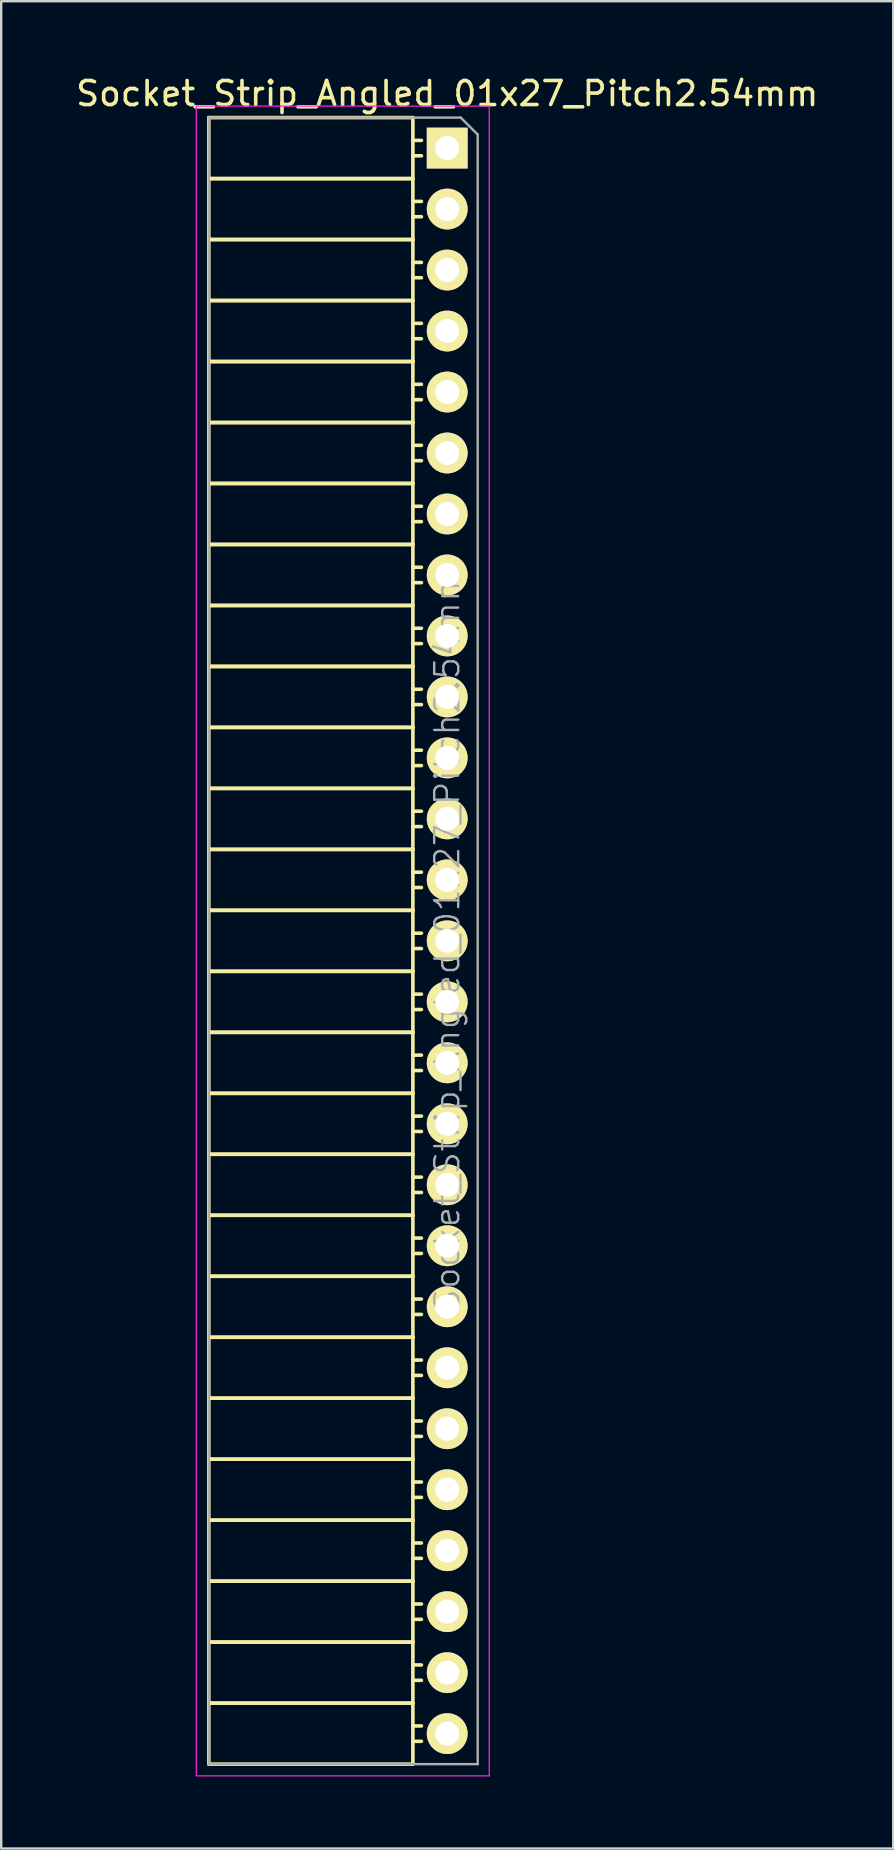
<source format=kicad_pcb>
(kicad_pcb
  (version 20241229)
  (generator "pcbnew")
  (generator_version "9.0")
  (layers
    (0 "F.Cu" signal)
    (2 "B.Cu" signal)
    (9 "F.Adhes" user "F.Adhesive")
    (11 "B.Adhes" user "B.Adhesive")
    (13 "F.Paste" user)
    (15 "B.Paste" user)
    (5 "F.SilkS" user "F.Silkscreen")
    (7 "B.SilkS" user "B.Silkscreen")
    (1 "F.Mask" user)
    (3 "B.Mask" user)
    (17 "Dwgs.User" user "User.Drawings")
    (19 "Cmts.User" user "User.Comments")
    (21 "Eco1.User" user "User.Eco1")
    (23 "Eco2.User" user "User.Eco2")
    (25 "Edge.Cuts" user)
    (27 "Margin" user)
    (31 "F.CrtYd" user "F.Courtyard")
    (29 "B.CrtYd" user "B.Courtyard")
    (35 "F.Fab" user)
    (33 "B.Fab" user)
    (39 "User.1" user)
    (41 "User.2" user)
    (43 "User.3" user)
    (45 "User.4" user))
  (footprint "Socket_Strip_Angled_01x27_Pitch2.54mm"
    (layer "F.Cu")
    (at 15.577 3.118)
    (property "Reference" "Socket_Strip_Angled_01x27_Pitch2.54mm" (at 0 -2.27 0) (layer "F.SilkS") (effects (font (size 1 1) (thickness 0.15))))
    (attr smd)
    (fp_line (start -9.93 -1.27) (end -9.93 1.27) (stroke (width 0.15) (type solid)) (layer "F.SilkS"))
    (fp_line (start -9.93 -1.27) (end -1.43 -1.27) (stroke (width 0.15) (type solid)) (layer "F.SilkS"))
    (fp_line (start -9.93 1.27) (end -9.93 3.81) (stroke (width 0.15) (type solid)) (layer "F.SilkS"))
    (fp_line (start -9.93 1.27) (end -1.43 1.27) (stroke (width 0.15) (type solid)) (layer "F.SilkS"))
    (fp_line (start -9.93 1.27) (end -1.43 1.27) (stroke (width 0.15) (type solid)) (layer "F.SilkS"))
    (fp_line (start -9.93 3.81) (end -9.93 6.35) (stroke (width 0.15) (type solid)) (layer "F.SilkS"))
    (fp_line (start -9.93 3.81) (end -1.43 3.81) (stroke (width 0.15) (type solid)) (layer "F.SilkS"))
    (fp_line (start -9.93 3.81) (end -1.43 3.81) (stroke (width 0.15) (type solid)) (layer "F.SilkS"))
    (fp_line (start -9.93 6.35) (end -9.93 8.89) (stroke (width 0.15) (type solid)) (layer "F.SilkS"))
    (fp_line (start -9.93 6.35) (end -1.43 6.35) (stroke (width 0.15) (type solid)) (layer "F.SilkS"))
    (fp_line (start -9.93 6.35) (end -1.43 6.35) (stroke (width 0.15) (type solid)) (layer "F.SilkS"))
    (fp_line (start -9.93 8.89) (end -9.93 11.43) (stroke (width 0.15) (type solid)) (layer "F.SilkS"))
    (fp_line (start -9.93 8.89) (end -1.43 8.89) (stroke (width 0.15) (type solid)) (layer "F.SilkS"))
    (fp_line (start -9.93 8.89) (end -1.43 8.89) (stroke (width 0.15) (type solid)) (layer "F.SilkS"))
    (fp_line (start -9.93 11.43) (end -9.93 13.97) (stroke (width 0.15) (type solid)) (layer "F.SilkS"))
    (fp_line (start -9.93 11.43) (end -1.43 11.43) (stroke (width 0.15) (type solid)) (layer "F.SilkS"))
    (fp_line (start -9.93 11.43) (end -1.43 11.43) (stroke (width 0.15) (type solid)) (layer "F.SilkS"))
    (fp_line (start -9.93 13.97) (end -9.93 16.51) (stroke (width 0.15) (type solid)) (layer "F.SilkS"))
    (fp_line (start -9.93 13.97) (end -1.43 13.97) (stroke (width 0.15) (type solid)) (layer "F.SilkS"))
    (fp_line (start -9.93 13.97) (end -1.43 13.97) (stroke (width 0.15) (type solid)) (layer "F.SilkS"))
    (fp_line (start -9.93 16.51) (end -9.93 19.05) (stroke (width 0.15) (type solid)) (layer "F.SilkS"))
    (fp_line (start -9.93 16.51) (end -1.43 16.51) (stroke (width 0.15) (type solid)) (layer "F.SilkS"))
    (fp_line (start -9.93 16.51) (end -1.43 16.51) (stroke (width 0.15) (type solid)) (layer "F.SilkS"))
    (fp_line (start -9.93 19.05) (end -9.93 21.59) (stroke (width 0.15) (type solid)) (layer "F.SilkS"))
    (fp_line (start -9.93 19.05) (end -1.43 19.05) (stroke (width 0.15) (type solid)) (layer "F.SilkS"))
    (fp_line (start -9.93 19.05) (end -1.43 19.05) (stroke (width 0.15) (type solid)) (layer "F.SilkS"))
    (fp_line (start -9.93 21.59) (end -9.93 24.13) (stroke (width 0.15) (type solid)) (layer "F.SilkS"))
    (fp_line (start -9.93 21.59) (end -1.43 21.59) (stroke (width 0.15) (type solid)) (layer "F.SilkS"))
    (fp_line (start -9.93 21.59) (end -1.43 21.59) (stroke (width 0.15) (type solid)) (layer "F.SilkS"))
    (fp_line (start -9.93 24.13) (end -9.93 26.67) (stroke (width 0.15) (type solid)) (layer "F.SilkS"))
    (fp_line (start -9.93 24.13) (end -1.43 24.13) (stroke (width 0.15) (type solid)) (layer "F.SilkS"))
    (fp_line (start -9.93 24.13) (end -1.43 24.13) (stroke (width 0.15) (type solid)) (layer "F.SilkS"))
    (fp_line (start -9.93 26.67) (end -9.93 29.21) (stroke (width 0.15) (type solid)) (layer "F.SilkS"))
    (fp_line (start -9.93 26.67) (end -1.43 26.67) (stroke (width 0.15) (type solid)) (layer "F.SilkS"))
    (fp_line (start -9.93 26.67) (end -1.43 26.67) (stroke (width 0.15) (type solid)) (layer "F.SilkS"))
    (fp_line (start -9.93 29.21) (end -9.93 31.75) (stroke (width 0.15) (type solid)) (layer "F.SilkS"))
    (fp_line (start -9.93 29.21) (end -1.43 29.21) (stroke (width 0.15) (type solid)) (layer "F.SilkS"))
    (fp_line (start -9.93 29.21) (end -1.43 29.21) (stroke (width 0.15) (type solid)) (layer "F.SilkS"))
    (fp_line (start -9.93 31.75) (end -9.93 34.29) (stroke (width 0.15) (type solid)) (layer "F.SilkS"))
    (fp_line (start -9.93 31.75) (end -1.43 31.75) (stroke (width 0.15) (type solid)) (layer "F.SilkS"))
    (fp_line (start -9.93 31.75) (end -1.43 31.75) (stroke (width 0.15) (type solid)) (layer "F.SilkS"))
    (fp_line (start -9.93 34.29) (end -9.93 36.83) (stroke (width 0.15) (type solid)) (layer "F.SilkS"))
    (fp_line (start -9.93 34.29) (end -1.43 34.29) (stroke (width 0.15) (type solid)) (layer "F.SilkS"))
    (fp_line (start -9.93 34.29) (end -1.43 34.29) (stroke (width 0.15) (type solid)) (layer "F.SilkS"))
    (fp_line (start -9.93 36.83) (end -9.93 39.37) (stroke (width 0.15) (type solid)) (layer "F.SilkS"))
    (fp_line (start -9.93 36.83) (end -1.43 36.83) (stroke (width 0.15) (type solid)) (layer "F.SilkS"))
    (fp_line (start -9.93 36.83) (end -1.43 36.83) (stroke (width 0.15) (type solid)) (layer "F.SilkS"))
    (fp_line (start -9.93 39.37) (end -9.93 41.91) (stroke (width 0.15) (type solid)) (layer "F.SilkS"))
    (fp_line (start -9.93 39.37) (end -1.43 39.37) (stroke (width 0.15) (type solid)) (layer "F.SilkS"))
    (fp_line (start -9.93 39.37) (end -1.43 39.37) (stroke (width 0.15) (type solid)) (layer "F.SilkS"))
    (fp_line (start -9.93 41.91) (end -9.93 44.45) (stroke (width 0.15) (type solid)) (layer "F.SilkS"))
    (fp_line (start -9.93 41.91) (end -1.43 41.91) (stroke (width 0.15) (type solid)) (layer "F.SilkS"))
    (fp_line (start -9.93 41.91) (end -1.43 41.91) (stroke (width 0.15) (type solid)) (layer "F.SilkS"))
    (fp_line (start -9.93 44.45) (end -9.93 46.99) (stroke (width 0.15) (type solid)) (layer "F.SilkS"))
    (fp_line (start -9.93 44.45) (end -1.43 44.45) (stroke (width 0.15) (type solid)) (layer "F.SilkS"))
    (fp_line (start -9.93 44.45) (end -1.43 44.45) (stroke (width 0.15) (type solid)) (layer "F.SilkS"))
    (fp_line (start -9.93 46.99) (end -9.93 49.53) (stroke (width 0.15) (type solid)) (layer "F.SilkS"))
    (fp_line (start -9.93 46.99) (end -1.43 46.99) (stroke (width 0.15) (type solid)) (layer "F.SilkS"))
    (fp_line (start -9.93 46.99) (end -1.43 46.99) (stroke (width 0.15) (type solid)) (layer "F.SilkS"))
    (fp_line (start -9.93 49.53) (end -9.93 52.07) (stroke (width 0.15) (type solid)) (layer "F.SilkS"))
    (fp_line (start -9.93 49.53) (end -1.43 49.53) (stroke (width 0.15) (type solid)) (layer "F.SilkS"))
    (fp_line (start -9.93 49.53) (end -1.43 49.53) (stroke (width 0.15) (type solid)) (layer "F.SilkS"))
    (fp_line (start -9.93 52.07) (end -9.93 54.61) (stroke (width 0.15) (type solid)) (layer "F.SilkS"))
    (fp_line (start -9.93 52.07) (end -1.43 52.07) (stroke (width 0.15) (type solid)) (layer "F.SilkS"))
    (fp_line (start -9.93 52.07) (end -1.43 52.07) (stroke (width 0.15) (type solid)) (layer "F.SilkS"))
    (fp_line (start -9.93 54.61) (end -9.93 57.15) (stroke (width 0.15) (type solid)) (layer "F.SilkS"))
    (fp_line (start -9.93 54.61) (end -1.43 54.61) (stroke (width 0.15) (type solid)) (layer "F.SilkS"))
    (fp_line (start -9.93 54.61) (end -1.43 54.61) (stroke (width 0.15) (type solid)) (layer "F.SilkS"))
    (fp_line (start -9.93 57.15) (end -9.93 59.69) (stroke (width 0.15) (type solid)) (layer "F.SilkS"))
    (fp_line (start -9.93 57.15) (end -1.43 57.15) (stroke (width 0.15) (type solid)) (layer "F.SilkS"))
    (fp_line (start -9.93 57.15) (end -1.43 57.15) (stroke (width 0.15) (type solid)) (layer "F.SilkS"))
    (fp_line (start -9.93 59.69) (end -9.93 62.23) (stroke (width 0.15) (type solid)) (layer "F.SilkS"))
    (fp_line (start -9.93 59.69) (end -1.43 59.69) (stroke (width 0.15) (type solid)) (layer "F.SilkS"))
    (fp_line (start -9.93 59.69) (end -1.43 59.69) (stroke (width 0.15) (type solid)) (layer "F.SilkS"))
    (fp_line (start -9.93 62.23) (end -9.93 64.77) (stroke (width 0.15) (type solid)) (layer "F.SilkS"))
    (fp_line (start -9.93 62.23) (end -1.43 62.23) (stroke (width 0.15) (type solid)) (layer "F.SilkS"))
    (fp_line (start -9.93 62.23) (end -1.43 62.23) (stroke (width 0.15) (type solid)) (layer "F.SilkS"))
    (fp_line (start -9.93 64.77) (end -9.93 67.31) (stroke (width 0.15) (type solid)) (layer "F.SilkS"))
    (fp_line (start -9.93 64.77) (end -1.43 64.77) (stroke (width 0.15) (type solid)) (layer "F.SilkS"))
    (fp_line (start -9.93 64.77) (end -1.43 64.77) (stroke (width 0.15) (type solid)) (layer "F.SilkS"))
    (fp_line (start -9.93 67.31) (end -1.43 67.31) (stroke (width 0.15) (type solid)) (layer "F.SilkS"))
    (fp_line (start -1.43 -1.27) (end -1.43 1.27) (stroke (width 0.15) (type solid)) (layer "F.SilkS"))
    (fp_line (start -1.43 -0.32) (end -1.075 -0.32) (stroke (width 0.15) (type solid)) (layer "F.SilkS"))
    (fp_line (start -1.43 0.32) (end -1.075 0.32) (stroke (width 0.15) (type solid)) (layer "F.SilkS"))
    (fp_line (start -1.43 1.27) (end -1.43 3.81) (stroke (width 0.15) (type solid)) (layer "F.SilkS"))
    (fp_line (start -1.43 2.22) (end -1.075 2.22) (stroke (width 0.15) (type solid)) (layer "F.SilkS"))
    (fp_line (start -1.43 2.86) (end -1.075 2.86) (stroke (width 0.15) (type solid)) (layer "F.SilkS"))
    (fp_line (start -1.43 3.81) (end -1.43 6.35) (stroke (width 0.15) (type solid)) (layer "F.SilkS"))
    (fp_line (start -1.43 4.76) (end -1.075 4.76) (stroke (width 0.15) (type solid)) (layer "F.SilkS"))
    (fp_line (start -1.43 5.4) (end -1.075 5.4) (stroke (width 0.15) (type solid)) (layer "F.SilkS"))
    (fp_line (start -1.43 6.35) (end -1.43 8.89) (stroke (width 0.15) (type solid)) (layer "F.SilkS"))
    (fp_line (start -1.43 7.3) (end -1.075 7.3) (stroke (width 0.15) (type solid)) (layer "F.SilkS"))
    (fp_line (start -1.43 7.94) (end -1.075 7.94) (stroke (width 0.15) (type solid)) (layer "F.SilkS"))
    (fp_line (start -1.43 8.89) (end -1.43 11.43) (stroke (width 0.15) (type solid)) (layer "F.SilkS"))
    (fp_line (start -1.43 9.84) (end -1.075 9.84) (stroke (width 0.15) (type solid)) (layer "F.SilkS"))
    (fp_line (start -1.43 10.48) (end -1.075 10.48) (stroke (width 0.15) (type solid)) (layer "F.SilkS"))
    (fp_line (start -1.43 11.43) (end -1.43 13.97) (stroke (width 0.15) (type solid)) (layer "F.SilkS"))
    (fp_line (start -1.43 12.38) (end -1.075 12.38) (stroke (width 0.15) (type solid)) (layer "F.SilkS"))
    (fp_line (start -1.43 13.02) (end -1.075 13.02) (stroke (width 0.15) (type solid)) (layer "F.SilkS"))
    (fp_line (start -1.43 13.97) (end -1.43 16.51) (stroke (width 0.15) (type solid)) (layer "F.SilkS"))
    (fp_line (start -1.43 14.92) (end -1.075 14.92) (stroke (width 0.15) (type solid)) (layer "F.SilkS"))
    (fp_line (start -1.43 15.56) (end -1.075 15.56) (stroke (width 0.15) (type solid)) (layer "F.SilkS"))
    (fp_line (start -1.43 16.51) (end -1.43 19.05) (stroke (width 0.15) (type solid)) (layer "F.SilkS"))
    (fp_line (start -1.43 17.46) (end -1.075 17.46) (stroke (width 0.15) (type solid)) (layer "F.SilkS"))
    (fp_line (start -1.43 18.1) (end -1.075 18.1) (stroke (width 0.15) (type solid)) (layer "F.SilkS"))
    (fp_line (start -1.43 19.05) (end -1.43 21.59) (stroke (width 0.15) (type solid)) (layer "F.SilkS"))
    (fp_line (start -1.43 20) (end -1.075 20) (stroke (width 0.15) (type solid)) (layer "F.SilkS"))
    (fp_line (start -1.43 20.64) (end -1.075 20.64) (stroke (width 0.15) (type solid)) (layer "F.SilkS"))
    (fp_line (start -1.43 21.59) (end -1.43 24.13) (stroke (width 0.15) (type solid)) (layer "F.SilkS"))
    (fp_line (start -1.43 22.54) (end -1.075 22.54) (stroke (width 0.15) (type solid)) (layer "F.SilkS"))
    (fp_line (start -1.43 23.18) (end -1.075 23.18) (stroke (width 0.15) (type solid)) (layer "F.SilkS"))
    (fp_line (start -1.43 24.13) (end -1.43 26.67) (stroke (width 0.15) (type solid)) (layer "F.SilkS"))
    (fp_line (start -1.43 25.08) (end -1.075 25.08) (stroke (width 0.15) (type solid)) (layer "F.SilkS"))
    (fp_line (start -1.43 25.72) (end -1.075 25.72) (stroke (width 0.15) (type solid)) (layer "F.SilkS"))
    (fp_line (start -1.43 26.67) (end -1.43 29.21) (stroke (width 0.15) (type solid)) (layer "F.SilkS"))
    (fp_line (start -1.43 27.62) (end -1.075 27.62) (stroke (width 0.15) (type solid)) (layer "F.SilkS"))
    (fp_line (start -1.43 28.26) (end -1.075 28.26) (stroke (width 0.15) (type solid)) (layer "F.SilkS"))
    (fp_line (start -1.43 29.21) (end -1.43 31.75) (stroke (width 0.15) (type solid)) (layer "F.SilkS"))
    (fp_line (start -1.43 30.16) (end -1.075 30.16) (stroke (width 0.15) (type solid)) (layer "F.SilkS"))
    (fp_line (start -1.43 30.8) (end -1.075 30.8) (stroke (width 0.15) (type solid)) (layer "F.SilkS"))
    (fp_line (start -1.43 31.75) (end -1.43 34.29) (stroke (width 0.15) (type solid)) (layer "F.SilkS"))
    (fp_line (start -1.43 32.7) (end -1.075 32.7) (stroke (width 0.15) (type solid)) (layer "F.SilkS"))
    (fp_line (start -1.43 33.34) (end -1.075 33.34) (stroke (width 0.15) (type solid)) (layer "F.SilkS"))
    (fp_line (start -1.43 34.29) (end -1.43 36.83) (stroke (width 0.15) (type solid)) (layer "F.SilkS"))
    (fp_line (start -1.43 35.24) (end -1.075 35.24) (stroke (width 0.15) (type solid)) (layer "F.SilkS"))
    (fp_line (start -1.43 35.88) (end -1.075 35.88) (stroke (width 0.15) (type solid)) (layer "F.SilkS"))
    (fp_line (start -1.43 36.83) (end -1.43 39.37) (stroke (width 0.15) (type solid)) (layer "F.SilkS"))
    (fp_line (start -1.43 37.78) (end -1.075 37.78) (stroke (width 0.15) (type solid)) (layer "F.SilkS"))
    (fp_line (start -1.43 38.42) (end -1.075 38.42) (stroke (width 0.15) (type solid)) (layer "F.SilkS"))
    (fp_line (start -1.43 39.37) (end -1.43 41.91) (stroke (width 0.15) (type solid)) (layer "F.SilkS"))
    (fp_line (start -1.43 40.32) (end -1.075 40.32) (stroke (width 0.15) (type solid)) (layer "F.SilkS"))
    (fp_line (start -1.43 40.96) (end -1.075 40.96) (stroke (width 0.15) (type solid)) (layer "F.SilkS"))
    (fp_line (start -1.43 41.91) (end -1.43 44.45) (stroke (width 0.15) (type solid)) (layer "F.SilkS"))
    (fp_line (start -1.43 42.86) (end -1.075 42.86) (stroke (width 0.15) (type solid)) (layer "F.SilkS"))
    (fp_line (start -1.43 43.5) (end -1.075 43.5) (stroke (width 0.15) (type solid)) (layer "F.SilkS"))
    (fp_line (start -1.43 44.45) (end -1.43 46.99) (stroke (width 0.15) (type solid)) (layer "F.SilkS"))
    (fp_line (start -1.43 45.4) (end -1.075 45.4) (stroke (width 0.15) (type solid)) (layer "F.SilkS"))
    (fp_line (start -1.43 46.04) (end -1.075 46.04) (stroke (width 0.15) (type solid)) (layer "F.SilkS"))
    (fp_line (start -1.43 46.99) (end -1.43 49.53) (stroke (width 0.15) (type solid)) (layer "F.SilkS"))
    (fp_line (start -1.43 47.94) (end -1.075 47.94) (stroke (width 0.15) (type solid)) (layer "F.SilkS"))
    (fp_line (start -1.43 48.58) (end -1.075 48.58) (stroke (width 0.15) (type solid)) (layer "F.SilkS"))
    (fp_line (start -1.43 49.53) (end -1.43 52.07) (stroke (width 0.15) (type solid)) (layer "F.SilkS"))
    (fp_line (start -1.43 50.48) (end -1.075 50.48) (stroke (width 0.15) (type solid)) (layer "F.SilkS"))
    (fp_line (start -1.43 51.12) (end -1.075 51.12) (stroke (width 0.15) (type solid)) (layer "F.SilkS"))
    (fp_line (start -1.43 52.07) (end -1.43 54.61) (stroke (width 0.15) (type solid)) (layer "F.SilkS"))
    (fp_line (start -1.43 53.02) (end -1.075 53.02) (stroke (width 0.15) (type solid)) (layer "F.SilkS"))
    (fp_line (start -1.43 53.66) (end -1.075 53.66) (stroke (width 0.15) (type solid)) (layer "F.SilkS"))
    (fp_line (start -1.43 54.61) (end -1.43 57.15) (stroke (width 0.15) (type solid)) (layer "F.SilkS"))
    (fp_line (start -1.43 55.56) (end -1.075 55.56) (stroke (width 0.15) (type solid)) (layer "F.SilkS"))
    (fp_line (start -1.43 56.2) (end -1.075 56.2) (stroke (width 0.15) (type solid)) (layer "F.SilkS"))
    (fp_line (start -1.43 57.15) (end -1.43 59.69) (stroke (width 0.15) (type solid)) (layer "F.SilkS"))
    (fp_line (start -1.43 58.1) (end -1.075 58.1) (stroke (width 0.15) (type solid)) (layer "F.SilkS"))
    (fp_line (start -1.43 58.74) (end -1.075 58.74) (stroke (width 0.15) (type solid)) (layer "F.SilkS"))
    (fp_line (start -1.43 59.69) (end -1.43 62.23) (stroke (width 0.15) (type solid)) (layer "F.SilkS"))
    (fp_line (start -1.43 60.64) (end -1.075 60.64) (stroke (width 0.15) (type solid)) (layer "F.SilkS"))
    (fp_line (start -1.43 61.28) (end -1.075 61.28) (stroke (width 0.15) (type solid)) (layer "F.SilkS"))
    (fp_line (start -1.43 62.23) (end -1.43 64.77) (stroke (width 0.15) (type solid)) (layer "F.SilkS"))
    (fp_line (start -1.43 63.18) (end -1.075 63.18) (stroke (width 0.15) (type solid)) (layer "F.SilkS"))
    (fp_line (start -1.43 63.82) (end -1.075 63.82) (stroke (width 0.15) (type solid)) (layer "F.SilkS"))
    (fp_line (start -1.43 64.77) (end -1.43 67.31) (stroke (width 0.15) (type solid)) (layer "F.SilkS"))
    (fp_line (start -1.43 65.72) (end -1.075 65.72) (stroke (width 0.15) (type solid)) (layer "F.SilkS"))
    (fp_line (start -1.43 66.36) (end -1.075 66.36) (stroke (width 0.15) (type solid)) (layer "F.SilkS"))
    (fp_line (start -10.45 -1.75) (end 1.75 -1.75) (stroke (width 0.05) (type solid)) (layer "F.CrtYd"))
    (fp_line (start -10.45 67.8) (end -10.45 -1.75) (stroke (width 0.05) (type solid)) (layer "F.CrtYd"))
    (fp_line (start -10.45 67.8) (end 1.75 67.8) (stroke (width 0.05) (type solid)) (layer "F.CrtYd"))
    (fp_line (start 1.75 67.8) (end 1.75 -1.75) (stroke (width 0.05) (type solid)) (layer "F.CrtYd"))
    (fp_line (start -9.93 -1.27) (end 0.563 -1.27) (stroke (width 0.1) (type solid)) (layer "F.Fab"))
    (fp_line (start -9.93 67.31) (end -9.93 -1.27) (stroke (width 0.1) (type solid)) (layer "F.Fab"))
    (fp_line (start -9.93 67.31) (end 1.27 67.31) (stroke (width 0.1) (type solid)) (layer "F.Fab"))
    (fp_line (start 1.27 -0.563) (end 0.563 -1.27) (stroke (width 0.1) (type solid)) (layer "F.Fab"))
    (fp_line (start 1.27 67.31) (end 1.27 -0.563) (stroke (width 0.1) (type solid)) (layer "F.Fab"))
    (fp_text user "${REFERENCE}" (at 0 33.02 90) (layer "F.Fab") (effects (font (size 1 1) (thickness 0.1))))
    (pad "1" thru_hole rect (at 0 0) (size 1.7 1.7) (drill 1) (layers "*.Cu" "*.Mask" "F.SilkS"))
    (pad "2" thru_hole oval (at 0 2.54) (size 1.7 1.7) (drill 1) (layers "*.Cu" "*.Mask" "F.SilkS"))
    (pad "3" thru_hole oval (at 0 5.08) (size 1.7 1.7) (drill 1) (layers "*.Cu" "*.Mask" "F.SilkS"))
    (pad "4" thru_hole oval (at 0 7.62) (size 1.7 1.7) (drill 1) (layers "*.Cu" "*.Mask" "F.SilkS"))
    (pad "5" thru_hole oval (at 0 10.16) (size 1.7 1.7) (drill 1) (layers "*.Cu" "*.Mask" "F.SilkS"))
    (pad "6" thru_hole oval (at 0 12.7) (size 1.7 1.7) (drill 1) (layers "*.Cu" "*.Mask" "F.SilkS"))
    (pad "7" thru_hole oval (at 0 15.24) (size 1.7 1.7) (drill 1) (layers "*.Cu" "*.Mask" "F.SilkS"))
    (pad "8" thru_hole oval (at 0 17.78) (size 1.7 1.7) (drill 1) (layers "*.Cu" "*.Mask" "F.SilkS"))
    (pad "9" thru_hole oval (at 0 20.32) (size 1.7 1.7) (drill 1) (layers "*.Cu" "*.Mask" "F.SilkS"))
    (pad "10" thru_hole oval (at 0 22.86) (size 1.7 1.7) (drill 1) (layers "*.Cu" "*.Mask" "F.SilkS"))
    (pad "11" thru_hole oval (at 0 25.4) (size 1.7 1.7) (drill 1) (layers "*.Cu" "*.Mask" "F.SilkS"))
    (pad "12" thru_hole oval (at 0 27.94) (size 1.7 1.7) (drill 1) (layers "*.Cu" "*.Mask" "F.SilkS"))
    (pad "13" thru_hole oval (at 0 30.48) (size 1.7 1.7) (drill 1) (layers "*.Cu" "*.Mask" "F.SilkS"))
    (pad "14" thru_hole oval (at 0 33.02) (size 1.7 1.7) (drill 1) (layers "*.Cu" "*.Mask" "F.SilkS"))
    (pad "15" thru_hole oval (at 0 35.56) (size 1.7 1.7) (drill 1) (layers "*.Cu" "*.Mask" "F.SilkS"))
    (pad "16" thru_hole oval (at 0 38.1) (size 1.7 1.7) (drill 1) (layers "*.Cu" "*.Mask" "F.SilkS"))
    (pad "17" thru_hole oval (at 0 40.64) (size 1.7 1.7) (drill 1) (layers "*.Cu" "*.Mask" "F.SilkS"))
    (pad "18" thru_hole oval (at 0 43.18) (size 1.7 1.7) (drill 1) (layers "*.Cu" "*.Mask" "F.SilkS"))
    (pad "19" thru_hole oval (at 0 45.72) (size 1.7 1.7) (drill 1) (layers "*.Cu" "*.Mask" "F.SilkS"))
    (pad "20" thru_hole oval (at 0 48.26) (size 1.7 1.7) (drill 1) (layers "*.Cu" "*.Mask" "F.SilkS"))
    (pad "21" thru_hole oval (at 0 50.8) (size 1.7 1.7) (drill 1) (layers "*.Cu" "*.Mask" "F.SilkS"))
    (pad "22" thru_hole oval (at 0 53.34) (size 1.7 1.7) (drill 1) (layers "*.Cu" "*.Mask" "F.SilkS"))
    (pad "23" thru_hole oval (at 0 55.88) (size 1.7 1.7) (drill 1) (layers "*.Cu" "*.Mask" "F.SilkS"))
    (pad "24" thru_hole oval (at 0 58.42) (size 1.7 1.7) (drill 1) (layers "*.Cu" "*.Mask" "F.SilkS"))
    (pad "25" thru_hole oval (at 0 60.96) (size 1.7 1.7) (drill 1) (layers "*.Cu" "*.Mask" "F.SilkS"))
    (pad "26" thru_hole oval (at 0 63.5) (size 1.7 1.7) (drill 1) (layers "*.Cu" "*.Mask" "F.SilkS"))
    (pad "27" thru_hole oval (at 0 66.04) (size 1.7 1.7) (drill 1) (layers "*.Cu" "*.Mask" "F.SilkS")))
  (gr_rect
    (start -3 -3)
    (end 34.155 73.943)
    (stroke (width 0.1) (type default))
    (fill no)
    (layer "Edge.Cuts")))
</source>
